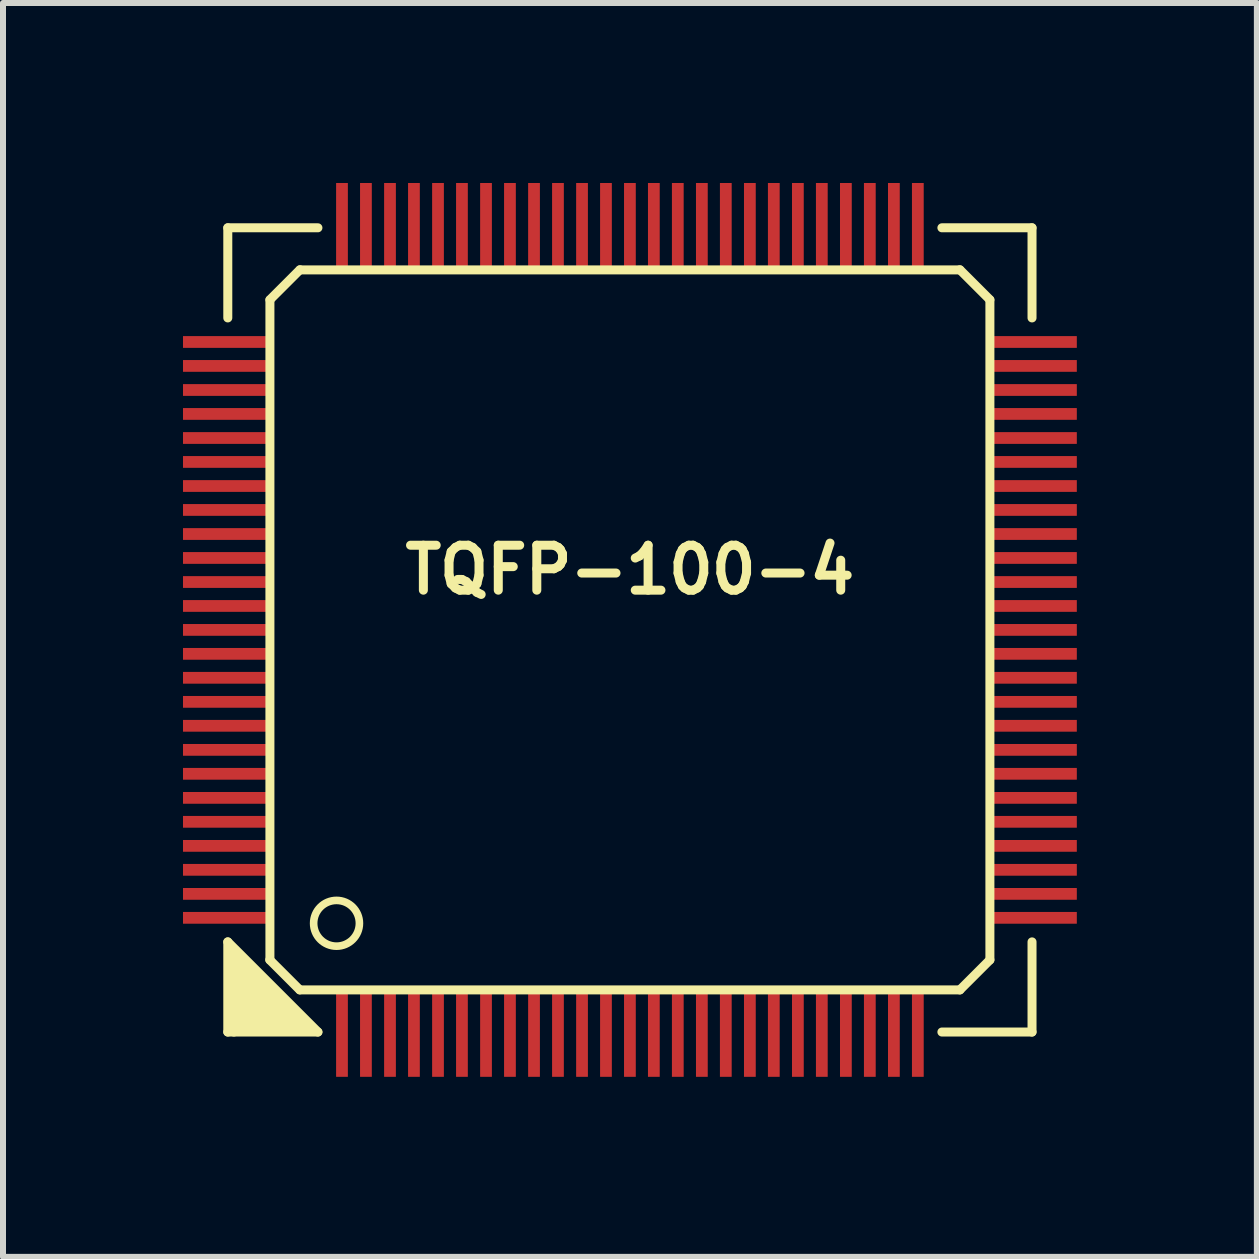
<source format=kicad_pcb>
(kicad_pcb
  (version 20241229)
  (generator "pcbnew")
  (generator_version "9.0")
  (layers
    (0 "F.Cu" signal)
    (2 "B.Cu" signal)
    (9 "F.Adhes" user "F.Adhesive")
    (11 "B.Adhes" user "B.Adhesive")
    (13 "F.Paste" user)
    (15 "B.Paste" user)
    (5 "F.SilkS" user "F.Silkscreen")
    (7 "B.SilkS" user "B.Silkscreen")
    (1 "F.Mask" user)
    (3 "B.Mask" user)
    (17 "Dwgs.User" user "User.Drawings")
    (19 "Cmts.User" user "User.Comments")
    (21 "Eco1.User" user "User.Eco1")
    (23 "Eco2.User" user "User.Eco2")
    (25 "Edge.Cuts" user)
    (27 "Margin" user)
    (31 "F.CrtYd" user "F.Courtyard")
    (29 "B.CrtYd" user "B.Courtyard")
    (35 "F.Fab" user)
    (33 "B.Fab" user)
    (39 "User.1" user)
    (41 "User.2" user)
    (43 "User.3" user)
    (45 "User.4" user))
  (footprint "TQFP-100-4"
    (layer "F.Cu")
    (at 7.447 7.447)
    (property "Reference" "TQFP-100-4" (at 0 -1.001 0) (layer "F.SilkS") (effects (font (size 0.749 0.749) (thickness 0.15))))
    (attr through_hole)
    (fp_line (start -6.701 -6.701) (end -6.701 -5.199) (stroke (width 0.15) (type solid)) (layer "F.SilkS"))
    (fp_line (start -6.701 5.199) (end -6.701 6.701) (stroke (width 0.15) (type solid)) (layer "F.SilkS"))
    (fp_line (start -6.701 5.199) (end -5.199 6.701) (stroke (width 0.15) (type solid)) (layer "F.SilkS"))
    (fp_line (start -6.701 6.701) (end -5.199 6.701) (stroke (width 0.15) (type solid)) (layer "F.SilkS"))
    (fp_line (start -6.599 5.4) (end -5.4 6.599) (stroke (width 0.15) (type solid)) (layer "F.SilkS"))
    (fp_line (start -6.599 6.701) (end -6.599 5.4) (stroke (width 0.15) (type solid)) (layer "F.SilkS"))
    (fp_line (start -6.5 5.601) (end -5.601 6.5) (stroke (width 0.15) (type solid)) (layer "F.SilkS"))
    (fp_line (start -6.5 6.599) (end -6.5 5.601) (stroke (width 0.15) (type solid)) (layer "F.SilkS"))
    (fp_line (start -6.401 5.799) (end -5.799 6.401) (stroke (width 0.15) (type solid)) (layer "F.SilkS"))
    (fp_line (start -6.401 6.5) (end -6.401 5.799) (stroke (width 0.15) (type solid)) (layer "F.SilkS"))
    (fp_line (start -6.299 5.999) (end -5.999 6.299) (stroke (width 0.15) (type solid)) (layer "F.SilkS"))
    (fp_line (start -6.299 6.401) (end -6.299 5.999) (stroke (width 0.15) (type solid)) (layer "F.SilkS"))
    (fp_line (start -6.2 6.299) (end -6.2 6.2) (stroke (width 0.15) (type solid)) (layer "F.SilkS"))
    (fp_line (start -5.999 -5.502) (end -5.499 -6.002) (stroke (width 0.15) (type solid)) (layer "F.SilkS"))
    (fp_line (start -5.999 -5.499) (end -5.999 5.499) (stroke (width 0.15) (type solid)) (layer "F.SilkS"))
    (fp_line (start -5.999 6.299) (end -6.2 6.299) (stroke (width 0.15) (type solid)) (layer "F.SilkS"))
    (fp_line (start -5.799 6.401) (end -6.299 6.401) (stroke (width 0.15) (type solid)) (layer "F.SilkS"))
    (fp_line (start -5.601 6.5) (end -6.401 6.5) (stroke (width 0.15) (type solid)) (layer "F.SilkS"))
    (fp_line (start -5.502 5.999) (end -6.002 5.499) (stroke (width 0.15) (type solid)) (layer "F.SilkS"))
    (fp_line (start -5.499 5.999) (end 5.499 5.999) (stroke (width 0.15) (type solid)) (layer "F.SilkS"))
    (fp_line (start -5.4 6.599) (end -6.5 6.599) (stroke (width 0.15) (type solid)) (layer "F.SilkS"))
    (fp_line (start -5.199 -6.701) (end -6.701 -6.701) (stroke (width 0.15) (type solid)) (layer "F.SilkS"))
    (fp_line (start 5.499 -6.002) (end 5.999 -5.502) (stroke (width 0.15) (type solid)) (layer "F.SilkS"))
    (fp_line (start 5.499 -5.999) (end -5.499 -5.999) (stroke (width 0.15) (type solid)) (layer "F.SilkS"))
    (fp_line (start 5.999 5.499) (end 5.499 5.999) (stroke (width 0.15) (type solid)) (layer "F.SilkS"))
    (fp_line (start 5.999 5.499) (end 5.999 -5.499) (stroke (width 0.15) (type solid)) (layer "F.SilkS"))
    (fp_line (start 6.701 -6.701) (end 5.199 -6.701) (stroke (width 0.15) (type solid)) (layer "F.SilkS"))
    (fp_line (start 6.701 -5.199) (end 6.701 -6.701) (stroke (width 0.15) (type solid)) (layer "F.SilkS"))
    (fp_line (start 6.701 6.701) (end 5.199 6.701) (stroke (width 0.15) (type solid)) (layer "F.SilkS"))
    (fp_line (start 6.701 6.701) (end 6.701 5.199) (stroke (width 0.15) (type solid)) (layer "F.SilkS"))
    (fp_circle (center -4.889 4.889) (end -5.118 5.194) (stroke (width 0.127) (type solid)) (fill no) (layer "F.SilkS"))
    (pad "1" smd rect (at -4.798 6.698) (size 0.196 1.499) (layers "F.Cu" "F.Mask" "F.Paste"))
    (pad "2" smd rect (at -4.399 6.698) (size 0.196 1.499) (layers "F.Cu" "F.Mask" "F.Paste"))
    (pad "3" smd rect (at -3.998 6.698) (size 0.196 1.499) (layers "F.Cu" "F.Mask" "F.Paste"))
    (pad "4" smd rect (at -3.599 6.698) (size 0.196 1.499) (layers "F.Cu" "F.Mask" "F.Paste"))
    (pad "5" smd rect (at -3.198 6.698) (size 0.196 1.499) (layers "F.Cu" "F.Mask" "F.Paste"))
    (pad "6" smd rect (at -2.799 6.698) (size 0.196 1.499) (layers "F.Cu" "F.Mask" "F.Paste"))
    (pad "7" smd rect (at -2.398 6.698) (size 0.196 1.499) (layers "F.Cu" "F.Mask" "F.Paste"))
    (pad "8" smd rect (at -1.999 6.698) (size 0.196 1.499) (layers "F.Cu" "F.Mask" "F.Paste"))
    (pad "9" smd rect (at -1.598 6.698) (size 0.196 1.499) (layers "F.Cu" "F.Mask" "F.Paste"))
    (pad "10" smd rect (at -1.199 6.698) (size 0.196 1.499) (layers "F.Cu" "F.Mask" "F.Paste"))
    (pad "11" smd rect (at -0.798 6.698) (size 0.196 1.499) (layers "F.Cu" "F.Mask" "F.Paste"))
    (pad "12" smd rect (at -0.399 6.698) (size 0.196 1.499) (layers "F.Cu" "F.Mask" "F.Paste"))
    (pad "13" smd rect (at 0 6.698) (size 0.196 1.499) (layers "F.Cu" "F.Mask" "F.Paste"))
    (pad "14" smd rect (at 0.399 6.698) (size 0.196 1.499) (layers "F.Cu" "F.Mask" "F.Paste"))
    (pad "15" smd rect (at 0.798 6.698) (size 0.196 1.499) (layers "F.Cu" "F.Mask" "F.Paste"))
    (pad "16" smd rect (at 1.199 6.698) (size 0.196 1.499) (layers "F.Cu" "F.Mask" "F.Paste"))
    (pad "17" smd rect (at 1.598 6.698) (size 0.196 1.499) (layers "F.Cu" "F.Mask" "F.Paste"))
    (pad "18" smd rect (at 1.999 6.698) (size 0.196 1.499) (layers "F.Cu" "F.Mask" "F.Paste"))
    (pad "19" smd rect (at 2.398 6.698) (size 0.196 1.499) (layers "F.Cu" "F.Mask" "F.Paste"))
    (pad "20" smd rect (at 2.799 6.698) (size 0.196 1.499) (layers "F.Cu" "F.Mask" "F.Paste"))
    (pad "21" smd rect (at 3.198 6.698) (size 0.196 1.499) (layers "F.Cu" "F.Mask" "F.Paste"))
    (pad "22" smd rect (at 3.599 6.698) (size 0.196 1.499) (layers "F.Cu" "F.Mask" "F.Paste"))
    (pad "23" smd rect (at 3.998 6.698) (size 0.196 1.499) (layers "F.Cu" "F.Mask" "F.Paste"))
    (pad "24" smd rect (at 4.399 6.698) (size 0.196 1.499) (layers "F.Cu" "F.Mask" "F.Paste"))
    (pad "25" smd rect (at 4.798 6.698) (size 0.196 1.499) (layers "F.Cu" "F.Mask" "F.Paste"))
    (pad "26" smd rect (at 6.698 4.798) (size 1.499 0.196) (layers "F.Cu" "F.Mask" "F.Paste"))
    (pad "27" smd rect (at 6.698 4.399) (size 1.499 0.196) (layers "F.Cu" "F.Mask" "F.Paste"))
    (pad "28" smd rect (at 6.698 3.998) (size 1.499 0.196) (layers "F.Cu" "F.Mask" "F.Paste"))
    (pad "29" smd rect (at 6.698 3.599) (size 1.499 0.196) (layers "F.Cu" "F.Mask" "F.Paste"))
    (pad "30" smd rect (at 6.698 3.198) (size 1.499 0.196) (layers "F.Cu" "F.Mask" "F.Paste"))
    (pad "31" smd rect (at 6.698 2.799) (size 1.499 0.196) (layers "F.Cu" "F.Mask" "F.Paste"))
    (pad "32" smd rect (at 6.698 2.398) (size 1.499 0.196) (layers "F.Cu" "F.Mask" "F.Paste"))
    (pad "33" smd rect (at 6.698 1.999) (size 1.499 0.196) (layers "F.Cu" "F.Mask" "F.Paste"))
    (pad "34" smd rect (at 6.698 1.598) (size 1.499 0.196) (layers "F.Cu" "F.Mask" "F.Paste"))
    (pad "35" smd rect (at 6.698 1.199) (size 1.499 0.196) (layers "F.Cu" "F.Mask" "F.Paste"))
    (pad "36" smd rect (at 6.698 0.798) (size 1.499 0.196) (layers "F.Cu" "F.Mask" "F.Paste"))
    (pad "37" smd rect (at 6.698 0.399) (size 1.499 0.196) (layers "F.Cu" "F.Mask" "F.Paste"))
    (pad "38" smd rect (at 6.698 0) (size 1.499 0.196) (layers "F.Cu" "F.Mask" "F.Paste"))
    (pad "39" smd rect (at 6.698 -0.399) (size 1.499 0.196) (layers "F.Cu" "F.Mask" "F.Paste"))
    (pad "40" smd rect (at 6.698 -0.798) (size 1.499 0.196) (layers "F.Cu" "F.Mask" "F.Paste"))
    (pad "41" smd rect (at 6.698 -1.199) (size 1.499 0.196) (layers "F.Cu" "F.Mask" "F.Paste"))
    (pad "42" smd rect (at 6.698 -1.598) (size 1.499 0.196) (layers "F.Cu" "F.Mask" "F.Paste"))
    (pad "43" smd rect (at 6.698 -1.999) (size 1.499 0.196) (layers "F.Cu" "F.Mask" "F.Paste"))
    (pad "44" smd rect (at 6.698 -2.398) (size 1.499 0.196) (layers "F.Cu" "F.Mask" "F.Paste"))
    (pad "45" smd rect (at 6.698 -2.799) (size 1.499 0.196) (layers "F.Cu" "F.Mask" "F.Paste"))
    (pad "46" smd rect (at 6.698 -3.198) (size 1.499 0.196) (layers "F.Cu" "F.Mask" "F.Paste"))
    (pad "47" smd rect (at 6.698 -3.599) (size 1.499 0.196) (layers "F.Cu" "F.Mask" "F.Paste"))
    (pad "48" smd rect (at 6.698 -3.998) (size 1.499 0.196) (layers "F.Cu" "F.Mask" "F.Paste"))
    (pad "49" smd rect (at 6.698 -4.399) (size 1.499 0.196) (layers "F.Cu" "F.Mask" "F.Paste"))
    (pad "50" smd rect (at 6.698 -4.798) (size 1.499 0.196) (layers "F.Cu" "F.Mask" "F.Paste"))
    (pad "51" smd rect (at 4.798 -6.698) (size 0.196 1.499) (layers "F.Cu" "F.Mask" "F.Paste"))
    (pad "52" smd rect (at 4.399 -6.698) (size 0.196 1.499) (layers "F.Cu" "F.Mask" "F.Paste"))
    (pad "53" smd rect (at 3.998 -6.698) (size 0.196 1.499) (layers "F.Cu" "F.Mask" "F.Paste"))
    (pad "54" smd rect (at 3.599 -6.698) (size 0.196 1.499) (layers "F.Cu" "F.Mask" "F.Paste"))
    (pad "55" smd rect (at 3.198 -6.698) (size 0.196 1.499) (layers "F.Cu" "F.Mask" "F.Paste"))
    (pad "56" smd rect (at 2.799 -6.698) (size 0.196 1.499) (layers "F.Cu" "F.Mask" "F.Paste"))
    (pad "57" smd rect (at 2.398 -6.698) (size 0.196 1.499) (layers "F.Cu" "F.Mask" "F.Paste"))
    (pad "58" smd rect (at 1.999 -6.698) (size 0.196 1.499) (layers "F.Cu" "F.Mask" "F.Paste"))
    (pad "59" smd rect (at 1.598 -6.698) (size 0.196 1.499) (layers "F.Cu" "F.Mask" "F.Paste"))
    (pad "60" smd rect (at 1.199 -6.698) (size 0.196 1.499) (layers "F.Cu" "F.Mask" "F.Paste"))
    (pad "61" smd rect (at 0.798 -6.698) (size 0.196 1.499) (layers "F.Cu" "F.Mask" "F.Paste"))
    (pad "62" smd rect (at 0.399 -6.698) (size 0.196 1.499) (layers "F.Cu" "F.Mask" "F.Paste"))
    (pad "63" smd rect (at 0 -6.698) (size 0.196 1.499) (layers "F.Cu" "F.Mask" "F.Paste"))
    (pad "64" smd rect (at -0.399 -6.698) (size 0.196 1.499) (layers "F.Cu" "F.Mask" "F.Paste"))
    (pad "65" smd rect (at -0.798 -6.698) (size 0.196 1.499) (layers "F.Cu" "F.Mask" "F.Paste"))
    (pad "66" smd rect (at -1.199 -6.698) (size 0.196 1.499) (layers "F.Cu" "F.Mask" "F.Paste"))
    (pad "67" smd rect (at -1.598 -6.698) (size 0.196 1.499) (layers "F.Cu" "F.Mask" "F.Paste"))
    (pad "68" smd rect (at -1.999 -6.698) (size 0.196 1.499) (layers "F.Cu" "F.Mask" "F.Paste"))
    (pad "69" smd rect (at -2.398 -6.698) (size 0.196 1.499) (layers "F.Cu" "F.Mask" "F.Paste"))
    (pad "70" smd rect (at -2.799 -6.698) (size 0.196 1.499) (layers "F.Cu" "F.Mask" "F.Paste"))
    (pad "71" smd rect (at -3.198 -6.698) (size 0.196 1.499) (layers "F.Cu" "F.Mask" "F.Paste"))
    (pad "72" smd rect (at -3.599 -6.698) (size 0.196 1.499) (layers "F.Cu" "F.Mask" "F.Paste"))
    (pad "73" smd rect (at -3.998 -6.698) (size 0.196 1.499) (layers "F.Cu" "F.Mask" "F.Paste"))
    (pad "74" smd rect (at -4.399 -6.698) (size 0.196 1.499) (layers "F.Cu" "F.Mask" "F.Paste"))
    (pad "75" smd rect (at -4.798 -6.698) (size 0.196 1.499) (layers "F.Cu" "F.Mask" "F.Paste"))
    (pad "76" smd rect (at -6.698 -4.798) (size 1.499 0.196) (layers "F.Cu" "F.Mask" "F.Paste"))
    (pad "77" smd rect (at -6.698 -4.399) (size 1.499 0.196) (layers "F.Cu" "F.Mask" "F.Paste"))
    (pad "78" smd rect (at -6.698 -3.998) (size 1.499 0.196) (layers "F.Cu" "F.Mask" "F.Paste"))
    (pad "79" smd rect (at -6.698 -3.599) (size 1.499 0.196) (layers "F.Cu" "F.Mask" "F.Paste"))
    (pad "80" smd rect (at -6.698 -3.198) (size 1.499 0.196) (layers "F.Cu" "F.Mask" "F.Paste"))
    (pad "81" smd rect (at -6.698 -2.799) (size 1.499 0.196) (layers "F.Cu" "F.Mask" "F.Paste"))
    (pad "82" smd rect (at -6.698 -2.398) (size 1.499 0.196) (layers "F.Cu" "F.Mask" "F.Paste"))
    (pad "83" smd rect (at -6.698 -1.999) (size 1.499 0.196) (layers "F.Cu" "F.Mask" "F.Paste"))
    (pad "84" smd rect (at -6.698 -1.598) (size 1.499 0.196) (layers "F.Cu" "F.Mask" "F.Paste"))
    (pad "85" smd rect (at -6.698 -1.199) (size 1.499 0.196) (layers "F.Cu" "F.Mask" "F.Paste"))
    (pad "86" smd rect (at -6.698 -0.798) (size 1.499 0.196) (layers "F.Cu" "F.Mask" "F.Paste"))
    (pad "87" smd rect (at -6.698 -0.399) (size 1.499 0.196) (layers "F.Cu" "F.Mask" "F.Paste"))
    (pad "88" smd rect (at -6.698 0) (size 1.499 0.196) (layers "F.Cu" "F.Mask" "F.Paste"))
    (pad "89" smd rect (at -6.698 0.399) (size 1.499 0.196) (layers "F.Cu" "F.Mask" "F.Paste"))
    (pad "90" smd rect (at -6.698 0.798) (size 1.499 0.196) (layers "F.Cu" "F.Mask" "F.Paste"))
    (pad "91" smd rect (at -6.698 1.199) (size 1.499 0.196) (layers "F.Cu" "F.Mask" "F.Paste"))
    (pad "92" smd rect (at -6.698 1.598) (size 1.499 0.196) (layers "F.Cu" "F.Mask" "F.Paste"))
    (pad "93" smd rect (at -6.698 1.999) (size 1.499 0.196) (layers "F.Cu" "F.Mask" "F.Paste"))
    (pad "94" smd rect (at -6.698 2.398) (size 1.499 0.196) (layers "F.Cu" "F.Mask" "F.Paste"))
    (pad "95" smd rect (at -6.698 2.799) (size 1.499 0.196) (layers "F.Cu" "F.Mask" "F.Paste"))
    (pad "96" smd rect (at -6.698 3.198) (size 1.499 0.196) (layers "F.Cu" "F.Mask" "F.Paste"))
    (pad "97" smd rect (at -6.698 3.599) (size 1.499 0.196) (layers "F.Cu" "F.Mask" "F.Paste"))
    (pad "98" smd rect (at -6.698 3.998) (size 1.499 0.196) (layers "F.Cu" "F.Mask" "F.Paste"))
    (pad "99" smd rect (at -6.698 4.399) (size 1.499 0.196) (layers "F.Cu" "F.Mask" "F.Paste"))
    (pad "100" smd rect (at -6.698 4.798) (size 1.499 0.196) (layers "F.Cu" "F.Mask" "F.Paste")))
  (gr_rect
    (start -3 -3)
    (end 17.895 17.895)
    (stroke (width 0.1) (type default))
    (fill no)
    (layer "Edge.Cuts")))
</source>
